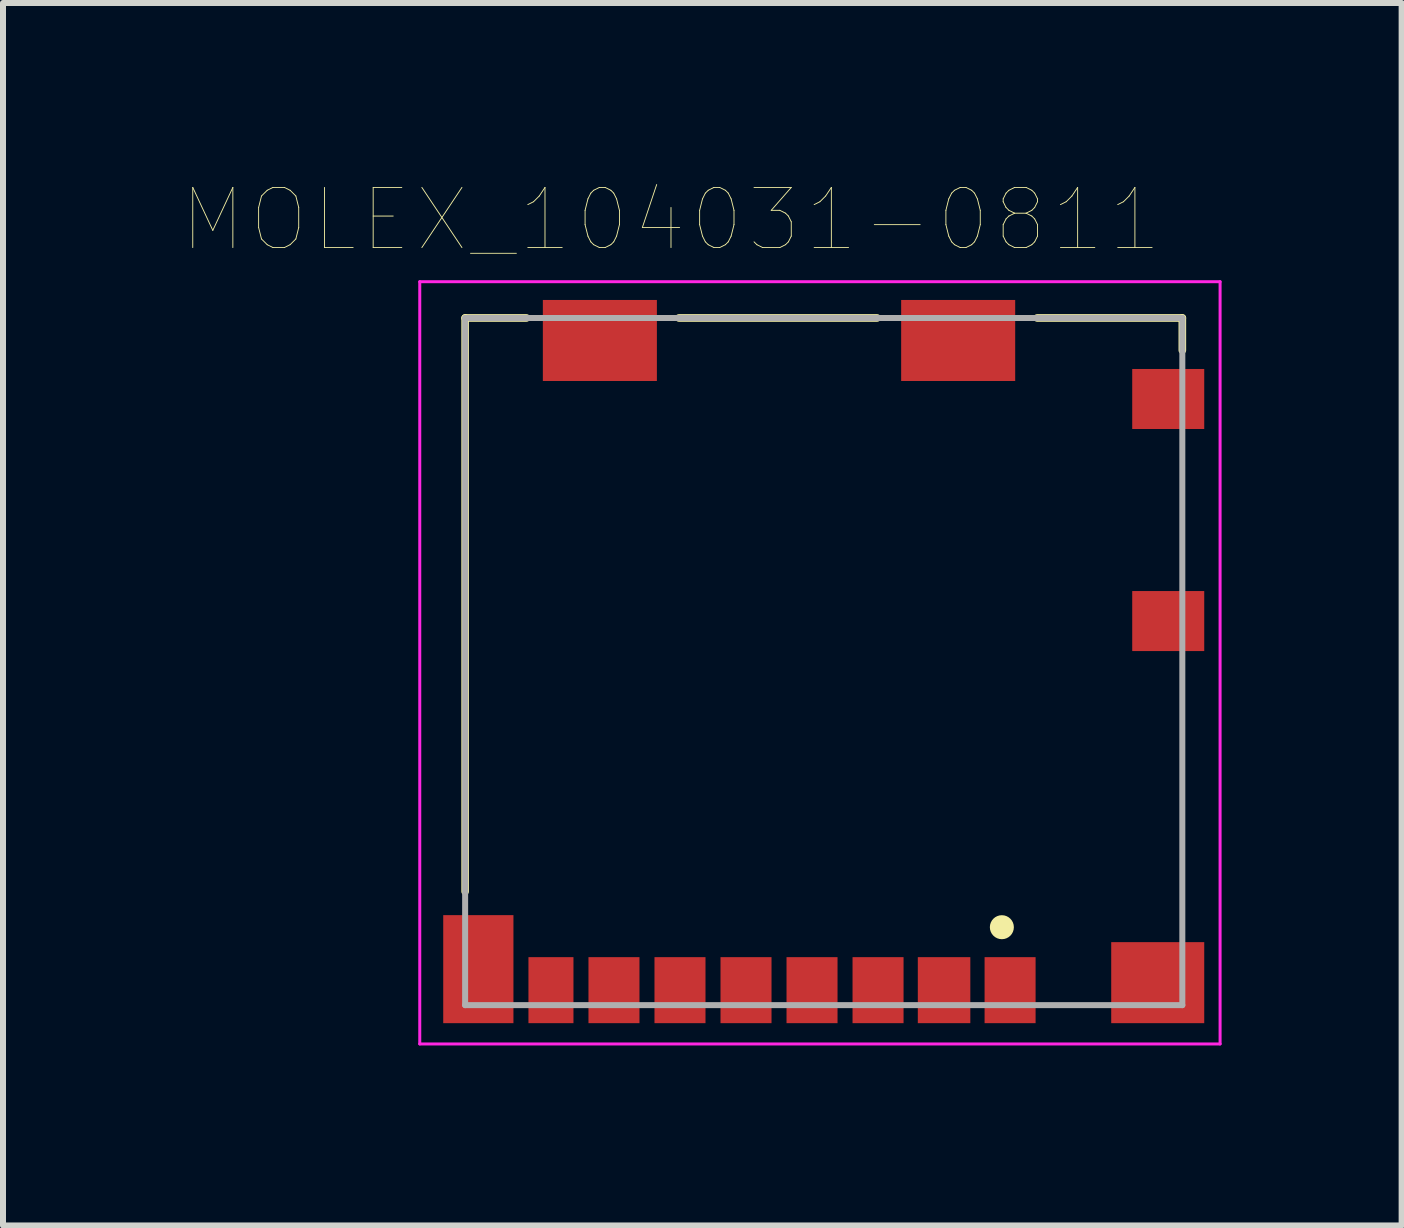
<source format=kicad_pcb>
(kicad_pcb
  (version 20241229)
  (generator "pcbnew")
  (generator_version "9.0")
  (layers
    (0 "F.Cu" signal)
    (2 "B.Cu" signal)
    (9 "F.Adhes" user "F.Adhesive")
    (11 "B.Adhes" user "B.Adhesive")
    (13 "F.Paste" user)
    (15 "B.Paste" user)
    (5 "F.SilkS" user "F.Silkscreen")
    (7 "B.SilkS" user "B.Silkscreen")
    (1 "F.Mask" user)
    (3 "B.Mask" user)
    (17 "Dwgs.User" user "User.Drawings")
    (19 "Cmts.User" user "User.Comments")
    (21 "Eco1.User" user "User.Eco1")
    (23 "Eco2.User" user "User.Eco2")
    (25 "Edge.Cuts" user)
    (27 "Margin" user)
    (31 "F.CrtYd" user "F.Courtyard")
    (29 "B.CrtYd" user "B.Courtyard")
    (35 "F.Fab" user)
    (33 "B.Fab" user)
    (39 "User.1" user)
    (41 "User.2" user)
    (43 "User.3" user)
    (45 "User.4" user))
  (footprint "MOLEX_104031-0811"
    (layer "F.Cu")
    (at 10.675 8.248)
    (property "Reference" "MOLEX_104031-0811" (at -2.545 -7.636 0) (layer "F.SilkS") (effects (font (size 1.002 1.002) (thickness 0.015))))
    (attr through_hole)
    (fp_line (start -5.975 -6) (end -5.975 3.556) (stroke (width 0.127) (type solid)) (layer "F.SilkS"))
    (fp_line (start -4.953 -6) (end -5.975 -6) (stroke (width 0.127) (type solid)) (layer "F.SilkS"))
    (fp_line (start 0.889 -6) (end -2.413 -6) (stroke (width 0.127) (type solid)) (layer "F.SilkS"))
    (fp_line (start 3.556 -6) (end 5.975 -6) (stroke (width 0.127) (type solid)) (layer "F.SilkS"))
    (fp_line (start 5.975 -6) (end 5.975 -5.461) (stroke (width 0.127) (type solid)) (layer "F.SilkS"))
    (fp_circle (center 2.968 4.151) (end 3.068 4.151) (stroke (width 0.2) (type solid)) (fill no) (layer "F.SilkS"))
    (fp_line (start -6.731 -6.604) (end -6.731 6.096) (stroke (width 0.05) (type solid)) (layer "F.CrtYd"))
    (fp_line (start -6.731 6.096) (end 6.604 6.096) (stroke (width 0.05) (type solid)) (layer "F.CrtYd"))
    (fp_line (start 6.604 -6.604) (end -6.731 -6.604) (stroke (width 0.05) (type solid)) (layer "F.CrtYd"))
    (fp_line (start 6.604 6.096) (end 6.604 -6.604) (stroke (width 0.05) (type solid)) (layer "F.CrtYd"))
    (fp_line (start -5.975 -6) (end 5.975 -6) (stroke (width 0.1) (type solid)) (layer "F.Fab"))
    (fp_line (start -5.975 5.45) (end -5.975 -6) (stroke (width 0.1) (type solid)) (layer "F.Fab"))
    (fp_line (start 5.975 -6) (end 5.975 5.45) (stroke (width 0.1) (type solid)) (layer "F.Fab"))
    (fp_line (start 5.975 5.45) (end -5.975 5.45) (stroke (width 0.1) (type solid)) (layer "F.Fab"))
    (pad "1" smd rect (at 3.105 5.2) (size 0.85 1.1) (layers "F.Cu" "F.Mask" "F.Paste"))
    (pad "2" smd rect (at 2.005 5.2) (size 0.875 1.1) (layers "F.Cu" "F.Mask" "F.Paste"))
    (pad "3" smd rect (at 0.905 5.2) (size 0.85 1.1) (layers "F.Cu" "F.Mask" "F.Paste"))
    (pad "4" smd rect (at -0.195 5.2) (size 0.85 1.1) (layers "F.Cu" "F.Mask" "F.Paste"))
    (pad "5" smd rect (at -1.295 5.2) (size 0.85 1.1) (layers "F.Cu" "F.Mask" "F.Paste"))
    (pad "6" smd rect (at -2.395 5.2) (size 0.85 1.1) (layers "F.Cu" "F.Mask" "F.Paste"))
    (pad "7" smd rect (at -3.495 5.2) (size 0.85 1.1) (layers "F.Cu" "F.Mask" "F.Paste"))
    (pad "8" smd rect (at -4.545 5.2) (size 0.75 1.1) (layers "F.Cu" "F.Mask" "F.Paste"))
    (pad "9" smd rect (at 5.74 -0.95) (size 1.2 1) (layers "F.Cu" "F.Mask" "F.Paste"))
    (pad "10" smd rect (at 5.74 -4.65) (size 1.2 1) (layers "F.Cu" "F.Mask" "F.Paste"))
    (pad "G1" smd rect (at 5.565 5.075) (size 1.55 1.35) (layers "F.Cu" "F.Mask" "F.Paste"))
    (pad "G2" smd rect (at -5.755 4.85) (size 1.17 1.8) (layers "F.Cu" "F.Mask" "F.Paste"))
    (pad "G3" smd rect (at -3.73 -5.625) (size 1.9 1.35) (layers "F.Cu" "F.Mask" "F.Paste"))
    (pad "G4" smd rect (at 2.24 -5.625) (size 1.9 1.35) (layers "F.Cu" "F.Mask" "F.Paste")))
  (gr_rect
    (start -3 -3)
    (end 20.304 17.369)
    (stroke (width 0.1) (type default))
    (fill no)
    (layer "Edge.Cuts")))
</source>
